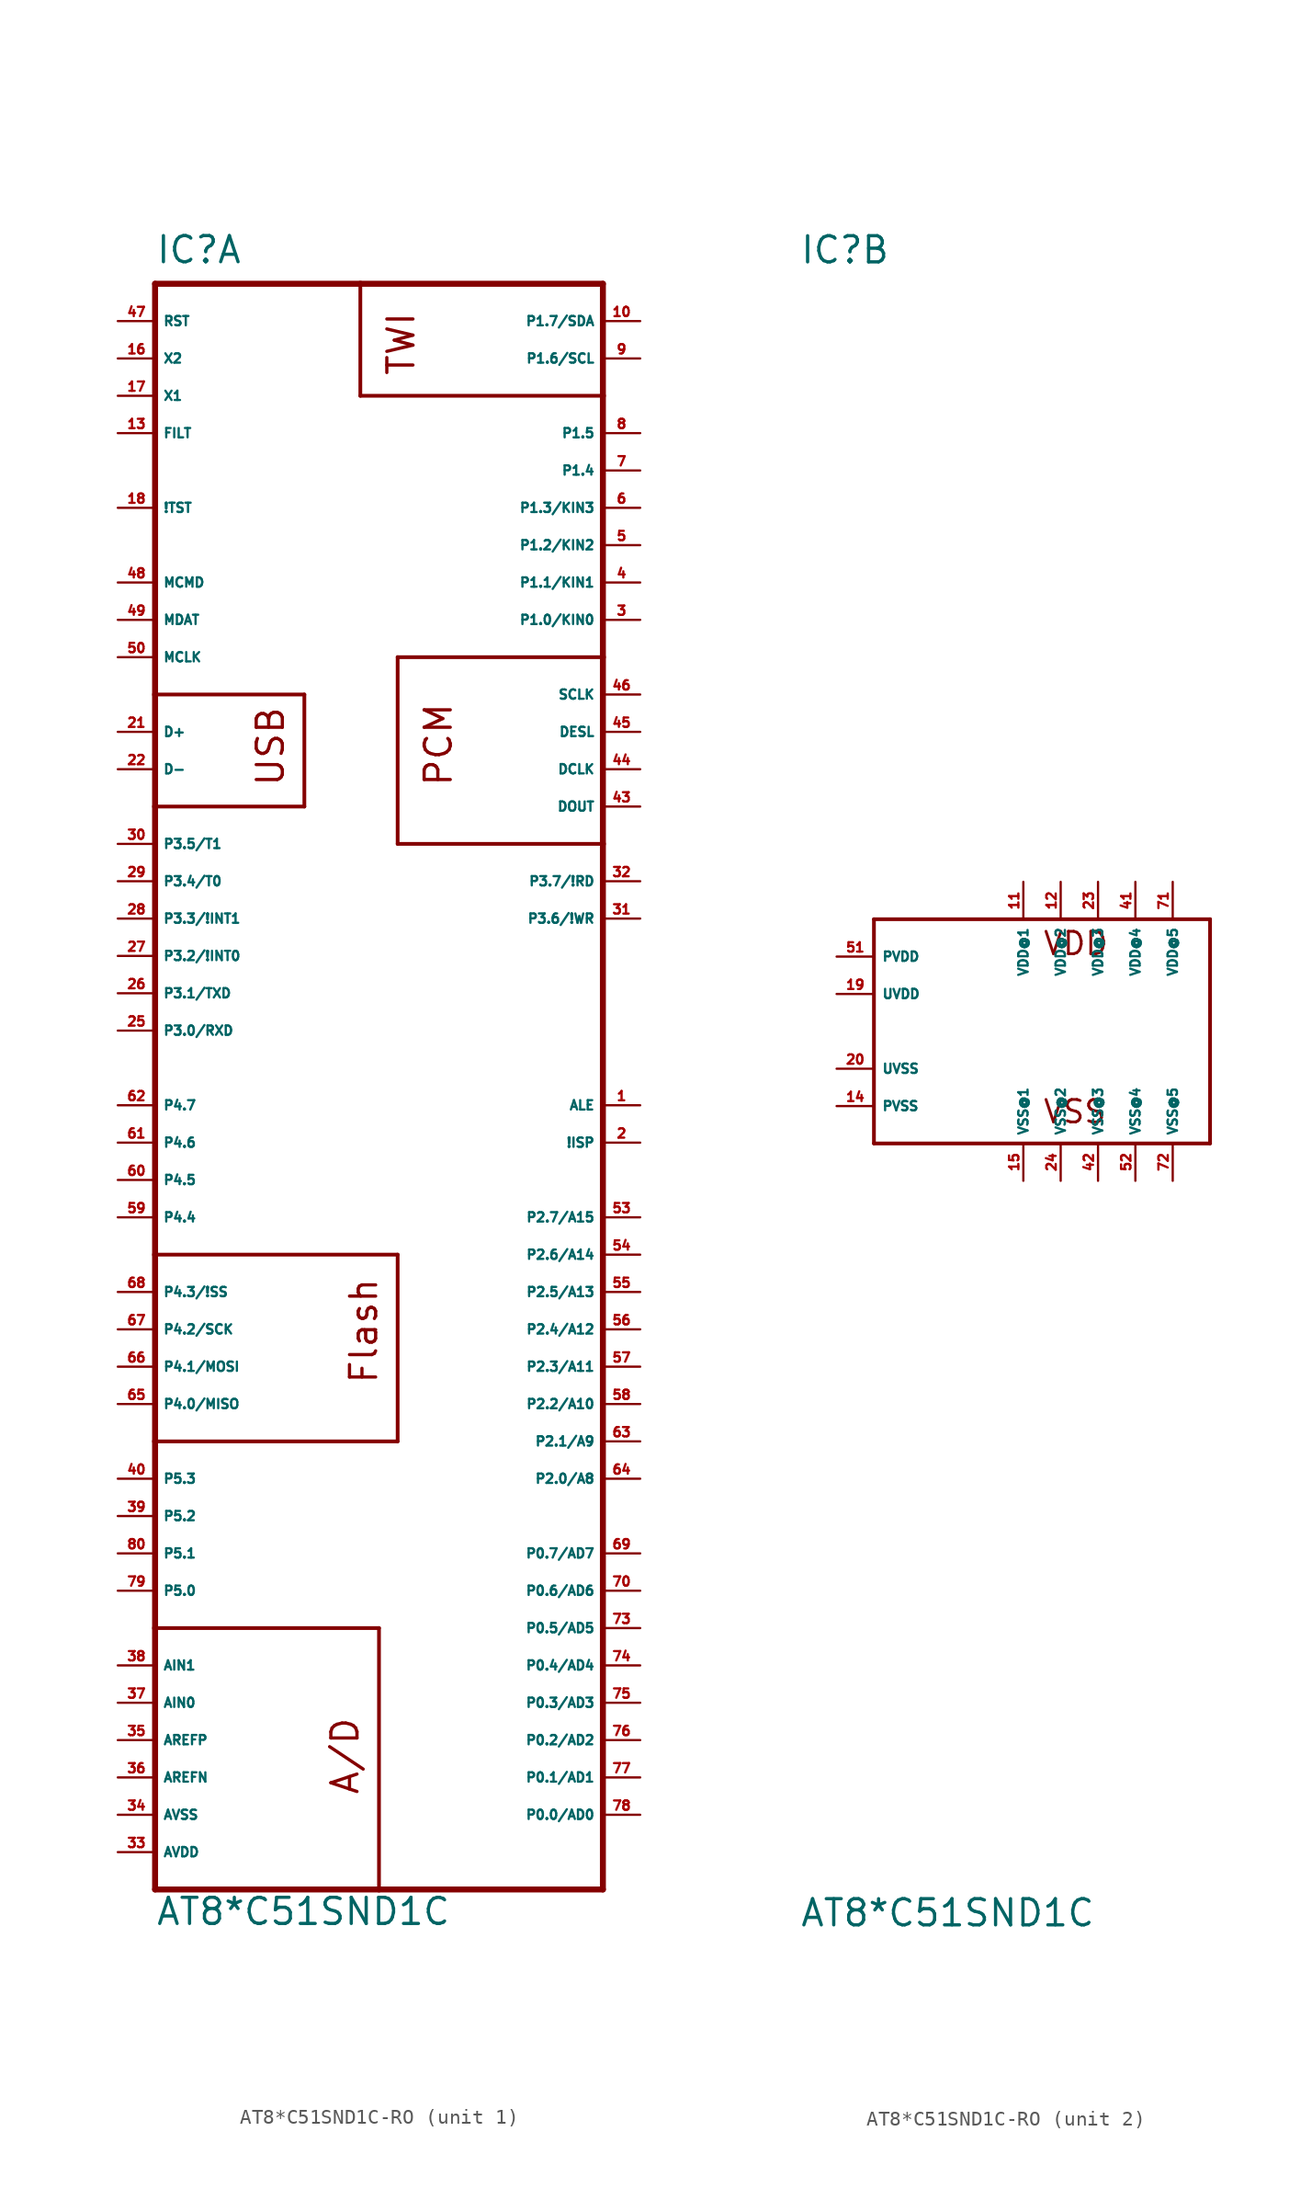
<source format=kicad_sym>
(kicad_symbol_lib
  (version 20220914)
  (generator Eagle2Kicad)
  (symbol "AT8*C51SND1C-RO"
    (property "Reference" "IC"
      (at -15.24 52.07 0)
      (effects (font (size 1.778 1.778) (thickness 0.22)) (justify left bottom)))
    (property "Value" "AT8*C51SND1C"
      (at -15.24 -60.96 0)
      (effects (font (size 1.778 1.778) (thickness 0.22)) (justify left bottom)))
    (symbol "AT8*C51SND1C-RO_1_0"
      (polyline (pts (xy -15.24 50.8) (xy -1.27 50.8)) (stroke (width 0.406) (type default)) (fill (type none)))
      (polyline (pts (xy -1.27 50.8) (xy 15.24 50.8)) (stroke (width 0.406) (type default)) (fill (type none)))
      (polyline (pts (xy 15.24 50.8) (xy 15.24 43.18)) (stroke (width 0.406) (type default)) (fill (type none)))
      (polyline (pts (xy 15.24 43.18) (xy 15.24 25.4)) (stroke (width 0.406) (type default)) (fill (type none)))
      (polyline (pts (xy 15.24 25.4) (xy 15.24 12.7)) (stroke (width 0.406) (type default)) (fill (type none)))
      (polyline (pts (xy 15.24 12.7) (xy 15.24 -58.42)) (stroke (width 0.406) (type default)) (fill (type none)))
      (polyline (pts (xy 15.24 -58.42) (xy 0 -58.42)) (stroke (width 0.406) (type default)) (fill (type none)))
      (polyline (pts (xy 0 -58.42) (xy -15.24 -58.42)) (stroke (width 0.406) (type default)) (fill (type none)))
      (polyline (pts (xy -15.24 -58.42) (xy -15.24 -40.64)) (stroke (width 0.406) (type default)) (fill (type none)))
      (polyline (pts (xy -15.24 -40.64) (xy -15.24 -27.94)) (stroke (width 0.406) (type default)) (fill (type none)))
      (polyline (pts (xy -15.24 -27.94) (xy -15.24 -15.24)) (stroke (width 0.406) (type default)) (fill (type none)))
      (polyline (pts (xy -15.24 -15.24) (xy -15.24 15.24)) (stroke (width 0.406) (type default)) (fill (type none)))
      (polyline (pts (xy -15.24 15.24) (xy -15.24 22.86)) (stroke (width 0.406) (type default)) (fill (type none)))
      (polyline (pts (xy -15.24 22.86) (xy -15.24 50.8)) (stroke (width 0.406) (type default)) (fill (type none)))
      (polyline (pts (xy -15.24 22.86) (xy -5.08 22.86)) (stroke (width 0.254) (type default)) (fill (type none)))
      (polyline (pts (xy -5.08 22.86) (xy -5.08 15.24)) (stroke (width 0.254) (type default)) (fill (type none)))
      (polyline (pts (xy -5.08 15.24) (xy -15.24 15.24)) (stroke (width 0.254) (type default)) (fill (type none)))
      (polyline (pts (xy -15.24 -15.24) (xy 1.27 -15.24)) (stroke (width 0.254) (type default)) (fill (type none)))
      (polyline (pts (xy 1.27 -15.24) (xy 1.27 -27.94)) (stroke (width 0.254) (type default)) (fill (type none)))
      (polyline (pts (xy 1.27 -27.94) (xy -15.24 -27.94)) (stroke (width 0.254) (type default)) (fill (type none)))
      (polyline (pts (xy -15.24 -40.64) (xy 0 -40.64)) (stroke (width 0.254) (type default)) (fill (type none)))
      (polyline (pts (xy 0 -40.64) (xy 0 -58.42)) (stroke (width 0.254) (type default)) (fill (type none)))
      (polyline (pts (xy 15.24 43.18) (xy -1.27 43.18)) (stroke (width 0.254) (type default)) (fill (type none)))
      (polyline (pts (xy -1.27 43.18) (xy -1.27 50.8)) (stroke (width 0.254) (type default)) (fill (type none)))
      (polyline (pts (xy 15.24 12.7) (xy 1.27 12.7)) (stroke (width 0.254) (type default)) (fill (type none)))
      (polyline (pts (xy 1.27 12.7) (xy 1.27 25.4)) (stroke (width 0.254) (type default)) (fill (type none)))
      (polyline (pts (xy 1.27 25.4) (xy 15.24 25.4)) (stroke (width 0.254) (type default)) (fill (type none)))
      (text "USB" (at -6.35 16.51 900) (effects (font (size 1.778 1.778) (thickness 0.22)) (justify left bottom)))
      (text "Flash" (at 0 -24.13 900) (effects (font (size 1.778 1.778) (thickness 0.22)) (justify left bottom)))
      (text "A/D" (at -1.27 -52.07 900) (effects (font (size 1.778 1.778) (thickness 0.22)) (justify left bottom)))
      (text "TWI" (at 2.54 44.45 900) (effects (font (size 1.778 1.778) (thickness 0.22)) (justify left bottom)))
      (text "PCM" (at 5.08 16.51 900) (effects (font (size 1.778 1.778) (thickness 0.22)) (justify left bottom)))
      (pin unspecified line (at -17.78 -55.88 0) (length 2.54) (name "AVDD" (effects (font (size 0.635 0.635) (thickness 0.08)) (justify left bottom))) (number "33" (effects (font (size 0.635 0.635) (thickness 0.08)) (justify left bottom))))
      (pin unspecified line (at -17.78 -53.34 0) (length 2.54) (name "AVSS" (effects (font (size 0.635 0.635) (thickness 0.08)) (justify left bottom))) (number "34" (effects (font (size 0.635 0.635) (thickness 0.08)) (justify left bottom))))
      (pin input line (at -17.78 -50.8 0) (length 2.54) (name "AREFN" (effects (font (size 0.635 0.635) (thickness 0.08)) (justify left bottom))) (number "36" (effects (font (size 0.635 0.635) (thickness 0.08)) (justify left bottom))))
      (pin input line (at -17.78 -45.72 0) (length 2.54) (name "AIN0" (effects (font (size 0.635 0.635) (thickness 0.08)) (justify left bottom))) (number "37" (effects (font (size 0.635 0.635) (thickness 0.08)) (justify left bottom))))
      (pin input line (at -17.78 -43.18 0) (length 2.54) (name "AIN1" (effects (font (size 0.635 0.635) (thickness 0.08)) (justify left bottom))) (number "38" (effects (font (size 0.635 0.635) (thickness 0.08)) (justify left bottom))))
      (pin bidirectional line (at -17.78 2.54 0) (length 2.54) (name "P3.1/TXD" (effects (font (size 0.635 0.635) (thickness 0.08)) (justify left bottom))) (number "26" (effects (font (size 0.635 0.635) (thickness 0.08)) (justify left bottom))))
      (pin bidirectional line (at -17.78 0 0) (length 2.54) (name "P3.0/RXD" (effects (font (size 0.635 0.635) (thickness 0.08)) (justify left bottom))) (number "25" (effects (font (size 0.635 0.635) (thickness 0.08)) (justify left bottom))))
      (pin bidirectional line (at -17.78 10.16 0) (length 2.54) (name "P3.4/T0" (effects (font (size 0.635 0.635) (thickness 0.08)) (justify left bottom))) (number "29" (effects (font (size 0.635 0.635) (thickness 0.08)) (justify left bottom))))
      (pin bidirectional line (at -17.78 12.7 0) (length 2.54) (name "P3.5/T1" (effects (font (size 0.635 0.635) (thickness 0.08)) (justify left bottom))) (number "30" (effects (font (size 0.635 0.635) (thickness 0.08)) (justify left bottom))))
      (pin input line (at -17.78 -17.78 0) (length 2.54) (name "P4.3/!SS" (effects (font (size 0.635 0.635) (thickness 0.08)) (justify left bottom))) (number "68" (effects (font (size 0.635 0.635) (thickness 0.08)) (justify left bottom))))
      (pin input line (at -17.78 -25.4 0) (length 2.54) (name "P4.0/MISO" (effects (font (size 0.635 0.635) (thickness 0.08)) (justify left bottom))) (number "65" (effects (font (size 0.635 0.635) (thickness 0.08)) (justify left bottom))))
      (pin output line (at -17.78 -22.86 0) (length 2.54) (name "P4.1/MOSI" (effects (font (size 0.635 0.635) (thickness 0.08)) (justify left bottom))) (number "66" (effects (font (size 0.635 0.635) (thickness 0.08)) (justify left bottom))))
      (pin output line (at -17.78 -20.32 0) (length 2.54) (name "P4.2/SCK" (effects (font (size 0.635 0.635) (thickness 0.08)) (justify left bottom))) (number "67" (effects (font (size 0.635 0.635) (thickness 0.08)) (justify left bottom))))
      (pin bidirectional line (at 17.78 45.72 180) (length 2.54) (name "P1.6/SCL" (effects (font (size 0.635 0.635) (thickness 0.08)) (justify left bottom))) (number "9" (effects (font (size 0.635 0.635) (thickness 0.08)) (justify left bottom))))
      (pin bidirectional line (at 17.78 48.26 180) (length 2.54) (name "P1.7/SDA" (effects (font (size 0.635 0.635) (thickness 0.08)) (justify left bottom))) (number "10" (effects (font (size 0.635 0.635) (thickness 0.08)) (justify left bottom))))
      (pin bidirectional line (at -17.78 5.08 0) (length 2.54) (name "P3.2/!INT0" (effects (font (size 0.635 0.635) (thickness 0.08)) (justify left bottom))) (number "27" (effects (font (size 0.635 0.635) (thickness 0.08)) (justify left bottom))))
      (pin bidirectional line (at -17.78 7.62 0) (length 2.54) (name "P3.3/!INT1" (effects (font (size 0.635 0.635) (thickness 0.08)) (justify left bottom))) (number "28" (effects (font (size 0.635 0.635) (thickness 0.08)) (justify left bottom))))
      (pin input line (at -17.78 40.64 0) (length 2.54) (name "FILT" (effects (font (size 0.635 0.635) (thickness 0.08)) (justify left bottom))) (number "13" (effects (font (size 0.635 0.635) (thickness 0.08)) (justify left bottom))))
      (pin input line (at -17.78 43.18 0) (length 2.54) (name "X1" (effects (font (size 0.635 0.635) (thickness 0.08)) (justify left bottom))) (number "17" (effects (font (size 0.635 0.635) (thickness 0.08)) (justify left bottom))))
      (pin output line (at -17.78 45.72 0) (length 2.54) (name "X2" (effects (font (size 0.635 0.635) (thickness 0.08)) (justify left bottom))) (number "16" (effects (font (size 0.635 0.635) (thickness 0.08)) (justify left bottom))))
      (pin input line (at -17.78 48.26 0) (length 2.54) (name "RST" (effects (font (size 0.635 0.635) (thickness 0.08)) (justify left bottom))) (number "47" (effects (font (size 0.635 0.635) (thickness 0.08)) (justify left bottom))))
      (pin input line (at 17.78 -7.62 180) (length 2.54) (name "!ISP" (effects (font (size 0.635 0.635) (thickness 0.08)) (justify left bottom))) (number "2" (effects (font (size 0.635 0.635) (thickness 0.08)) (justify left bottom))))
      (pin output line (at 17.78 -5.08 180) (length 2.54) (name "ALE" (effects (font (size 0.635 0.635) (thickness 0.08)) (justify left bottom))) (number "1" (effects (font (size 0.635 0.635) (thickness 0.08)) (justify left bottom))))
      (pin output line (at 17.78 15.24 180) (length 2.54) (name "DOUT" (effects (font (size 0.635 0.635) (thickness 0.08)) (justify left bottom))) (number "43" (effects (font (size 0.635 0.635) (thickness 0.08)) (justify left bottom))))
      (pin output line (at 17.78 17.78 180) (length 2.54) (name "DCLK" (effects (font (size 0.635 0.635) (thickness 0.08)) (justify left bottom))) (number "44" (effects (font (size 0.635 0.635) (thickness 0.08)) (justify left bottom))))
      (pin output line (at 17.78 20.32 180) (length 2.54) (name "DESL" (effects (font (size 0.635 0.635) (thickness 0.08)) (justify left bottom))) (number "45" (effects (font (size 0.635 0.635) (thickness 0.08)) (justify left bottom))))
      (pin output line (at 17.78 22.86 180) (length 2.54) (name "SCLK" (effects (font (size 0.635 0.635) (thickness 0.08)) (justify left bottom))) (number "46" (effects (font (size 0.635 0.635) (thickness 0.08)) (justify left bottom))))
      (pin bidirectional line (at -17.78 20.32 0) (length 2.54) (name "D+" (effects (font (size 0.635 0.635) (thickness 0.08)) (justify left bottom))) (number "21" (effects (font (size 0.635 0.635) (thickness 0.08)) (justify left bottom))))
      (pin bidirectional line (at -17.78 17.78 0) (length 2.54) (name "D-" (effects (font (size 0.635 0.635) (thickness 0.08)) (justify left bottom))) (number "22" (effects (font (size 0.635 0.635) (thickness 0.08)) (justify left bottom))))
      (pin output line (at -17.78 25.4 0) (length 2.54) (name "MCLK" (effects (font (size 0.635 0.635) (thickness 0.08)) (justify left bottom))) (number "50" (effects (font (size 0.635 0.635) (thickness 0.08)) (justify left bottom))))
      (pin bidirectional line (at -17.78 27.94 0) (length 2.54) (name "MDAT" (effects (font (size 0.635 0.635) (thickness 0.08)) (justify left bottom))) (number "49" (effects (font (size 0.635 0.635) (thickness 0.08)) (justify left bottom))))
      (pin bidirectional line (at -17.78 30.48 0) (length 2.54) (name "MCMD" (effects (font (size 0.635 0.635) (thickness 0.08)) (justify left bottom))) (number "48" (effects (font (size 0.635 0.635) (thickness 0.08)) (justify left bottom))))
      (pin bidirectional line (at 17.78 27.94 180) (length 2.54) (name "P1.0/KIN0" (effects (font (size 0.635 0.635) (thickness 0.08)) (justify left bottom))) (number "3" (effects (font (size 0.635 0.635) (thickness 0.08)) (justify left bottom))))
      (pin bidirectional line (at 17.78 30.48 180) (length 2.54) (name "P1.1/KIN1" (effects (font (size 0.635 0.635) (thickness 0.08)) (justify left bottom))) (number "4" (effects (font (size 0.635 0.635) (thickness 0.08)) (justify left bottom))))
      (pin bidirectional line (at 17.78 33.02 180) (length 2.54) (name "P1.2/KIN2" (effects (font (size 0.635 0.635) (thickness 0.08)) (justify left bottom))) (number "5" (effects (font (size 0.635 0.635) (thickness 0.08)) (justify left bottom))))
      (pin bidirectional line (at 17.78 35.56 180) (length 2.54) (name "P1.3/KIN3" (effects (font (size 0.635 0.635) (thickness 0.08)) (justify left bottom))) (number "6" (effects (font (size 0.635 0.635) (thickness 0.08)) (justify left bottom))))
      (pin bidirectional line (at 17.78 38.1 180) (length 2.54) (name "P1.4" (effects (font (size 0.635 0.635) (thickness 0.08)) (justify left bottom))) (number "7" (effects (font (size 0.635 0.635) (thickness 0.08)) (justify left bottom))))
      (pin bidirectional line (at 17.78 40.64 180) (length 2.54) (name "P1.5" (effects (font (size 0.635 0.635) (thickness 0.08)) (justify left bottom))) (number "8" (effects (font (size 0.635 0.635) (thickness 0.08)) (justify left bottom))))
      (pin bidirectional line (at 17.78 7.62 180) (length 2.54) (name "P3.6/!WR" (effects (font (size 0.635 0.635) (thickness 0.08)) (justify left bottom))) (number "31" (effects (font (size 0.635 0.635) (thickness 0.08)) (justify left bottom))))
      (pin bidirectional line (at 17.78 10.16 180) (length 2.54) (name "P3.7/!RD" (effects (font (size 0.635 0.635) (thickness 0.08)) (justify left bottom))) (number "32" (effects (font (size 0.635 0.635) (thickness 0.08)) (justify left bottom))))
      (pin bidirectional line (at -17.78 -33.02 0) (length 2.54) (name "P5.2" (effects (font (size 0.635 0.635) (thickness 0.08)) (justify left bottom))) (number "39" (effects (font (size 0.635 0.635) (thickness 0.08)) (justify left bottom))))
      (pin bidirectional line (at -17.78 -30.48 0) (length 2.54) (name "P5.3" (effects (font (size 0.635 0.635) (thickness 0.08)) (justify left bottom))) (number "40" (effects (font (size 0.635 0.635) (thickness 0.08)) (justify left bottom))))
      (pin bidirectional line (at -17.78 -35.56 0) (length 2.54) (name "P5.1" (effects (font (size 0.635 0.635) (thickness 0.08)) (justify left bottom))) (number "80" (effects (font (size 0.635 0.635) (thickness 0.08)) (justify left bottom))))
      (pin bidirectional line (at -17.78 -38.1 0) (length 2.54) (name "P5.0" (effects (font (size 0.635 0.635) (thickness 0.08)) (justify left bottom))) (number "79" (effects (font (size 0.635 0.635) (thickness 0.08)) (justify left bottom))))
      (pin bidirectional line (at 17.78 -53.34 180) (length 2.54) (name "P0.0/AD0" (effects (font (size 0.635 0.635) (thickness 0.08)) (justify left bottom))) (number "78" (effects (font (size 0.635 0.635) (thickness 0.08)) (justify left bottom))))
      (pin bidirectional line (at 17.78 -50.8 180) (length 2.54) (name "P0.1/AD1" (effects (font (size 0.635 0.635) (thickness 0.08)) (justify left bottom))) (number "77" (effects (font (size 0.635 0.635) (thickness 0.08)) (justify left bottom))))
      (pin bidirectional line (at 17.78 -48.26 180) (length 2.54) (name "P0.2/AD2" (effects (font (size 0.635 0.635) (thickness 0.08)) (justify left bottom))) (number "76" (effects (font (size 0.635 0.635) (thickness 0.08)) (justify left bottom))))
      (pin bidirectional line (at 17.78 -45.72 180) (length 2.54) (name "P0.3/AD3" (effects (font (size 0.635 0.635) (thickness 0.08)) (justify left bottom))) (number "75" (effects (font (size 0.635 0.635) (thickness 0.08)) (justify left bottom))))
      (pin bidirectional line (at 17.78 -43.18 180) (length 2.54) (name "P0.4/AD4" (effects (font (size 0.635 0.635) (thickness 0.08)) (justify left bottom))) (number "74" (effects (font (size 0.635 0.635) (thickness 0.08)) (justify left bottom))))
      (pin bidirectional line (at 17.78 -40.64 180) (length 2.54) (name "P0.5/AD5" (effects (font (size 0.635 0.635) (thickness 0.08)) (justify left bottom))) (number "73" (effects (font (size 0.635 0.635) (thickness 0.08)) (justify left bottom))))
      (pin bidirectional line (at 17.78 -38.1 180) (length 2.54) (name "P0.6/AD6" (effects (font (size 0.635 0.635) (thickness 0.08)) (justify left bottom))) (number "70" (effects (font (size 0.635 0.635) (thickness 0.08)) (justify left bottom))))
      (pin bidirectional line (at 17.78 -35.56 180) (length 2.54) (name "P0.7/AD7" (effects (font (size 0.635 0.635) (thickness 0.08)) (justify left bottom))) (number "69" (effects (font (size 0.635 0.635) (thickness 0.08)) (justify left bottom))))
      (pin bidirectional line (at 17.78 -30.48 180) (length 2.54) (name "P2.0/A8" (effects (font (size 0.635 0.635) (thickness 0.08)) (justify left bottom))) (number "64" (effects (font (size 0.635 0.635) (thickness 0.08)) (justify left bottom))))
      (pin bidirectional line (at 17.78 -27.94 180) (length 2.54) (name "P2.1/A9" (effects (font (size 0.635 0.635) (thickness 0.08)) (justify left bottom))) (number "63" (effects (font (size 0.635 0.635) (thickness 0.08)) (justify left bottom))))
      (pin bidirectional line (at 17.78 -25.4 180) (length 2.54) (name "P2.2/A10" (effects (font (size 0.635 0.635) (thickness 0.08)) (justify left bottom))) (number "58" (effects (font (size 0.635 0.635) (thickness 0.08)) (justify left bottom))))
      (pin bidirectional line (at 17.78 -22.86 180) (length 2.54) (name "P2.3/A11" (effects (font (size 0.635 0.635) (thickness 0.08)) (justify left bottom))) (number "57" (effects (font (size 0.635 0.635) (thickness 0.08)) (justify left bottom))))
      (pin bidirectional line (at 17.78 -20.32 180) (length 2.54) (name "P2.4/A12" (effects (font (size 0.635 0.635) (thickness 0.08)) (justify left bottom))) (number "56" (effects (font (size 0.635 0.635) (thickness 0.08)) (justify left bottom))))
      (pin bidirectional line (at 17.78 -17.78 180) (length 2.54) (name "P2.5/A13" (effects (font (size 0.635 0.635) (thickness 0.08)) (justify left bottom))) (number "55" (effects (font (size 0.635 0.635) (thickness 0.08)) (justify left bottom))))
      (pin bidirectional line (at 17.78 -15.24 180) (length 2.54) (name "P2.6/A14" (effects (font (size 0.635 0.635) (thickness 0.08)) (justify left bottom))) (number "54" (effects (font (size 0.635 0.635) (thickness 0.08)) (justify left bottom))))
      (pin bidirectional line (at 17.78 -12.7 180) (length 2.54) (name "P2.7/A15" (effects (font (size 0.635 0.635) (thickness 0.08)) (justify left bottom))) (number "53" (effects (font (size 0.635 0.635) (thickness 0.08)) (justify left bottom))))
      (pin input line (at -17.78 -12.7 0) (length 2.54) (name "P4.4" (effects (font (size 0.635 0.635) (thickness 0.08)) (justify left bottom))) (number "59" (effects (font (size 0.635 0.635) (thickness 0.08)) (justify left bottom))))
      (pin input line (at -17.78 -10.16 0) (length 2.54) (name "P4.5" (effects (font (size 0.635 0.635) (thickness 0.08)) (justify left bottom))) (number "60" (effects (font (size 0.635 0.635) (thickness 0.08)) (justify left bottom))))
      (pin input line (at -17.78 -7.62 0) (length 2.54) (name "P4.6" (effects (font (size 0.635 0.635) (thickness 0.08)) (justify left bottom))) (number "61" (effects (font (size 0.635 0.635) (thickness 0.08)) (justify left bottom))))
      (pin input line (at -17.78 -5.08 0) (length 2.54) (name "P4.7" (effects (font (size 0.635 0.635) (thickness 0.08)) (justify left bottom))) (number "62" (effects (font (size 0.635 0.635) (thickness 0.08)) (justify left bottom))))
      (pin input line (at -17.78 -48.26 0) (length 2.54) (name "AREFP" (effects (font (size 0.635 0.635) (thickness 0.08)) (justify left bottom))) (number "35" (effects (font (size 0.635 0.635) (thickness 0.08)) (justify left bottom))))
      (pin input line (at -17.78 35.56 0) (length 2.54) (name "!TST" (effects (font (size 0.635 0.635) (thickness 0.08)) (justify left bottom))) (number "18" (effects (font (size 0.635 0.635) (thickness 0.08)) (justify left bottom)))))
    (symbol "AT8*C51SND1C-RO_2_0"
      (polyline (pts (xy -10.16 7.62) (xy 12.7 7.62)) (stroke (width 0.254) (type default)) (fill (type none)))
      (polyline (pts (xy 12.7 7.62) (xy 12.7 -7.62)) (stroke (width 0.254) (type default)) (fill (type none)))
      (polyline (pts (xy 12.7 -7.62) (xy -10.16 -7.62)) (stroke (width 0.254) (type default)) (fill (type none)))
      (polyline (pts (xy -10.16 -7.62) (xy -10.16 7.62)) (stroke (width 0.254) (type default)) (fill (type none)))
      (text "VDD" (at 1.27 5.08 0) (effects (font (size 1.524 1.524) (thickness 0.19)) (justify left bottom)))
      (text "VSS" (at 1.27 -6.35 0) (effects (font (size 1.524 1.524) (thickness 0.19)) (justify left bottom)))
      (pin unspecified line (at 0 10.16 270) (length 2.54) (name "VDD@1" (effects (font (size 0.635 0.635) (thickness 0.08)) (justify left bottom))) (number "11" (effects (font (size 0.635 0.635) (thickness 0.08)) (justify left bottom))))
      (pin unspecified line (at 2.54 10.16 270) (length 2.54) (name "VDD@2" (effects (font (size 0.635 0.635) (thickness 0.08)) (justify left bottom))) (number "12" (effects (font (size 0.635 0.635) (thickness 0.08)) (justify left bottom))))
      (pin unspecified line (at 5.08 10.16 270) (length 2.54) (name "VDD@3" (effects (font (size 0.635 0.635) (thickness 0.08)) (justify left bottom))) (number "23" (effects (font (size 0.635 0.635) (thickness 0.08)) (justify left bottom))))
      (pin unspecified line (at 7.62 10.16 270) (length 2.54) (name "VDD@4" (effects (font (size 0.635 0.635) (thickness 0.08)) (justify left bottom))) (number "41" (effects (font (size 0.635 0.635) (thickness 0.08)) (justify left bottom))))
      (pin unspecified line (at 0 -10.16 90) (length 2.54) (name "VSS@1" (effects (font (size 0.635 0.635) (thickness 0.08)) (justify left bottom))) (number "15" (effects (font (size 0.635 0.635) (thickness 0.08)) (justify left bottom))))
      (pin unspecified line (at 2.54 -10.16 90) (length 2.54) (name "VSS@2" (effects (font (size 0.635 0.635) (thickness 0.08)) (justify left bottom))) (number "24" (effects (font (size 0.635 0.635) (thickness 0.08)) (justify left bottom))))
      (pin unspecified line (at 5.08 -10.16 90) (length 2.54) (name "VSS@3" (effects (font (size 0.635 0.635) (thickness 0.08)) (justify left bottom))) (number "42" (effects (font (size 0.635 0.635) (thickness 0.08)) (justify left bottom))))
      (pin unspecified line (at 7.62 -10.16 90) (length 2.54) (name "VSS@4" (effects (font (size 0.635 0.635) (thickness 0.08)) (justify left bottom))) (number "52" (effects (font (size 0.635 0.635) (thickness 0.08)) (justify left bottom))))
      (pin unspecified line (at -12.7 5.08 0) (length 2.54) (name "PVDD" (effects (font (size 0.635 0.635) (thickness 0.08)) (justify left bottom))) (number "51" (effects (font (size 0.635 0.635) (thickness 0.08)) (justify left bottom))))
      (pin unspecified line (at -12.7 -5.08 0) (length 2.54) (name "PVSS" (effects (font (size 0.635 0.635) (thickness 0.08)) (justify left bottom))) (number "14" (effects (font (size 0.635 0.635) (thickness 0.08)) (justify left bottom))))
      (pin unspecified line (at -12.7 2.54 0) (length 2.54) (name "UVDD" (effects (font (size 0.635 0.635) (thickness 0.08)) (justify left bottom))) (number "19" (effects (font (size 0.635 0.635) (thickness 0.08)) (justify left bottom))))
      (pin unspecified line (at -12.7 -2.54 0) (length 2.54) (name "UVSS" (effects (font (size 0.635 0.635) (thickness 0.08)) (justify left bottom))) (number "20" (effects (font (size 0.635 0.635) (thickness 0.08)) (justify left bottom))))
      (pin unspecified line (at 10.16 10.16 270) (length 2.54) (name "VDD@5" (effects (font (size 0.635 0.635) (thickness 0.08)) (justify left bottom))) (number "71" (effects (font (size 0.635 0.635) (thickness 0.08)) (justify left bottom))))
      (pin unspecified line (at 10.16 -10.16 90) (length 2.54) (name "VSS@5" (effects (font (size 0.635 0.635) (thickness 0.08)) (justify left bottom))) (number "72" (effects (font (size 0.635 0.635) (thickness 0.08)) (justify left bottom)))))))
</source>
